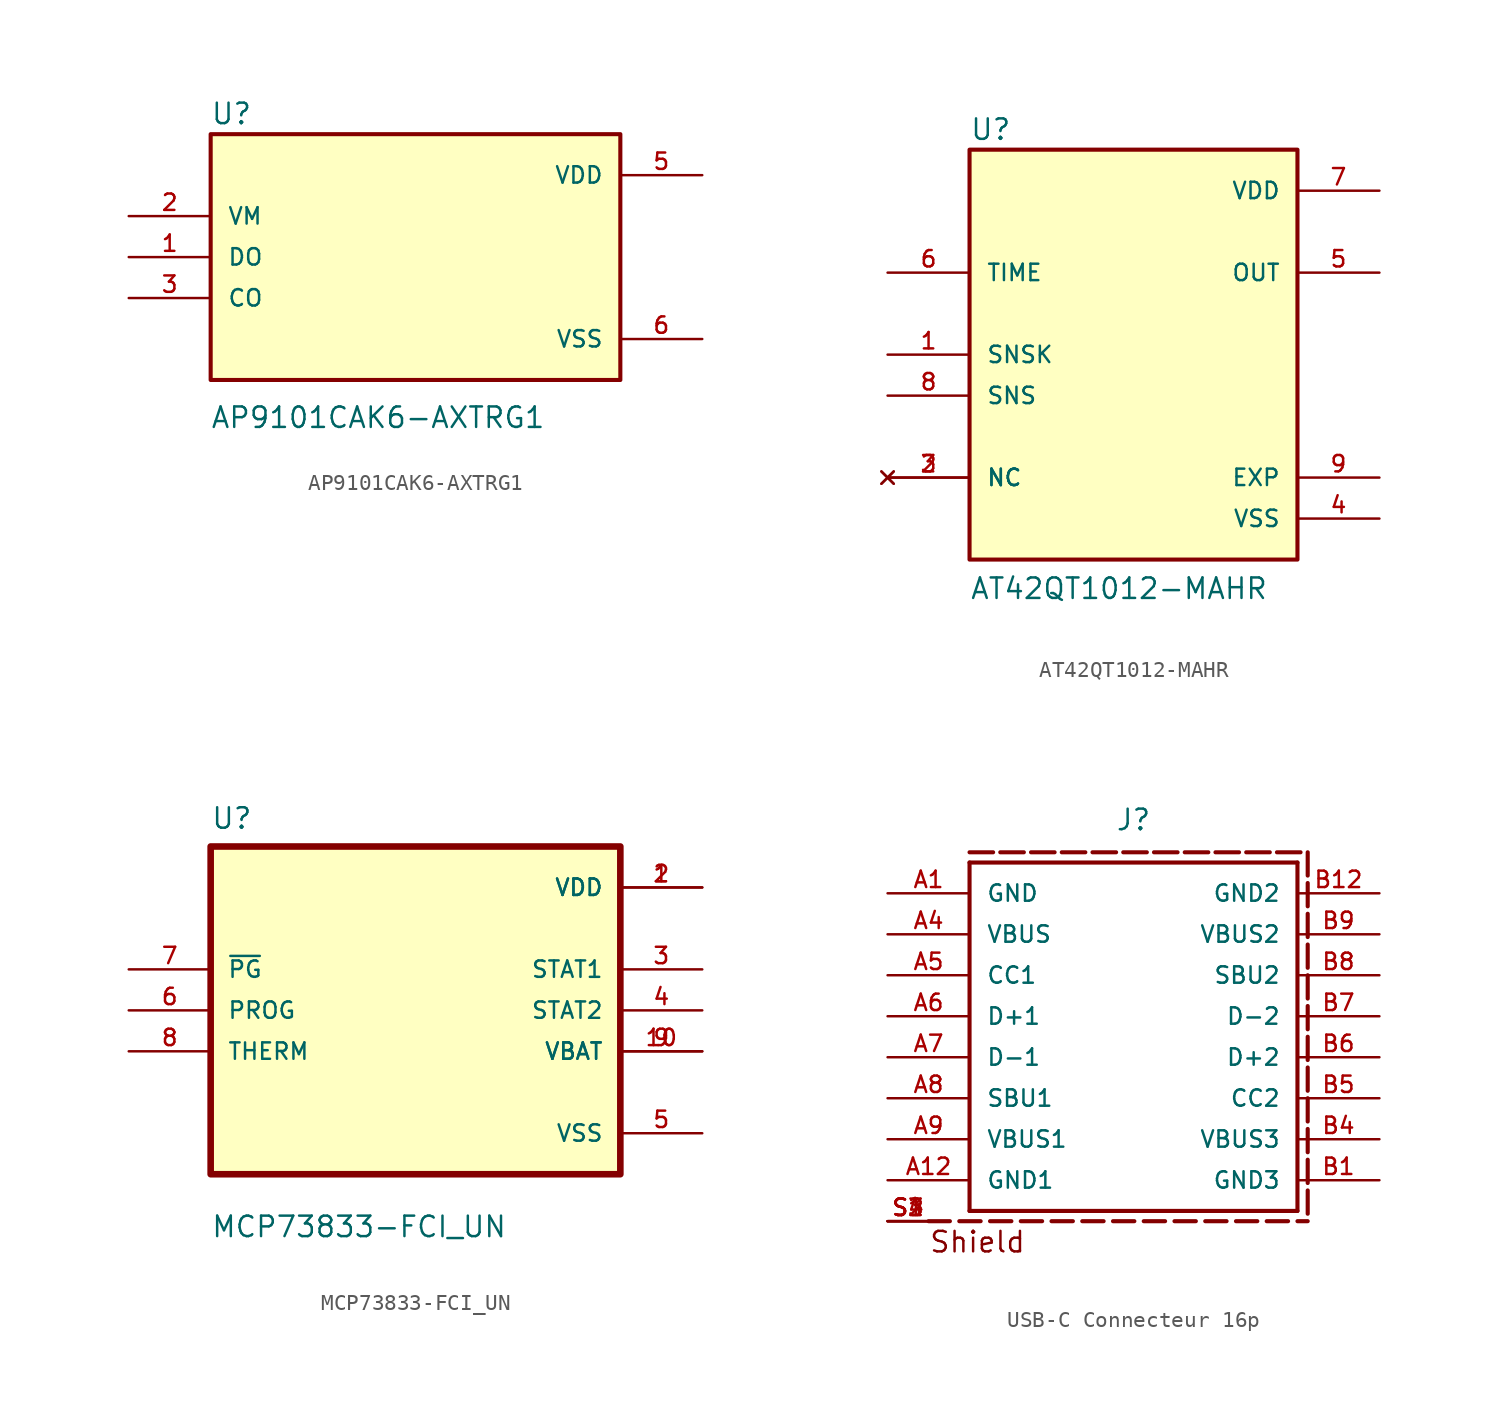
<source format=kicad_sym>
(kicad_symbol_lib
  (version 20231120)
  (generator "kicad_symbol_editor")
  (generator_version "8.0")
  (symbol "AP9101CAK6-AXTRG1"
    (pin_names
      (offset 1.016))
    (property "Reference" "U"
      (at -12.721 8.141 0)
      (effects (font (size 1.27 1.27)) (justify left bottom)))
    (property "Value" "AP9101CAK6-AXTRG1"
      (at -12.731 -10.694 0)
      (effects (font (size 1.27 1.27)) (justify left bottom)))
    (symbol "AP9101CAK6-AXTRG1_0_0"
      (rectangle (start -12.7 -7.62) (end 12.7 7.62) (stroke (width 0.254) (type default)) (fill (type background)))
      (pin bidirectional line (at -17.78 0 0) (length 5.08) (name "DO" (effects (font (size 1.016 1.016)))) (number "1" (effects (font (size 1.016 1.016)))))
      (pin input line (at -17.78 2.54 0) (length 5.08) (name "VM" (effects (font (size 1.016 1.016)))) (number "2" (effects (font (size 1.016 1.016)))))
      (pin bidirectional line (at -17.78 -2.54 0) (length 5.08) (name "CO" (effects (font (size 1.016 1.016)))) (number "3" (effects (font (size 1.016 1.016)))))
      (pin power_in line (at 17.78 5.08 180) (length 5.08) (name "VDD" (effects (font (size 1.016 1.016)))) (number "5" (effects (font (size 1.016 1.016)))))
      (pin power_in line (at 17.78 -5.08 180) (length 5.08) (name "VSS" (effects (font (size 1.016 1.016)))) (number "6" (effects (font (size 1.016 1.016)))))))
  (symbol "AT42QT1012-MAHR"
    (pin_names
      (offset 1.016))
    (property "Reference" "U"
      (at -10.16 13.208 0)
      (effects (font (size 1.27 1.27)) (justify left bottom)))
    (property "Value" "AT42QT1012-MAHR"
      (at -10.16 -15.24 0)
      (effects (font (size 1.27 1.27)) (justify left bottom)))
    (symbol "AT42QT1012-MAHR_0_0"
      (rectangle (start -10.16 -12.7) (end 10.16 12.7) (stroke (width 0.254) (type default)) (fill (type background)))
      (pin bidirectional line (at -15.24 0 0) (length 5.08) (name "SNSK" (effects (font (size 1.016 1.016)))) (number "1" (effects (font (size 1.016 1.016)))))
      (pin no_connect line (at -15.24 -7.62 0) (length 5.08) (name "NC" (effects (font (size 1.016 1.016)))) (number "2" (effects (font (size 1.016 1.016)))))
      (pin no_connect line (at -15.24 -7.62 0) (length 5.08) (name "NC" (effects (font (size 1.016 1.016)))) (number "3" (effects (font (size 1.016 1.016)))))
      (pin power_in line (at 15.24 -10.16 180) (length 5.08) (name "VSS" (effects (font (size 1.016 1.016)))) (number "4" (effects (font (size 1.016 1.016)))))
      (pin output line (at 15.24 5.08 180) (length 5.08) (name "OUT" (effects (font (size 1.016 1.016)))) (number "5" (effects (font (size 1.016 1.016)))))
      (pin input line (at -15.24 5.08 0) (length 5.08) (name "TIME" (effects (font (size 1.016 1.016)))) (number "6" (effects (font (size 1.016 1.016)))))
      (pin power_in line (at 15.24 10.16 180) (length 5.08) (name "VDD" (effects (font (size 1.016 1.016)))) (number "7" (effects (font (size 1.016 1.016)))))
      (pin bidirectional line (at -15.24 -2.54 0) (length 5.08) (name "SNS" (effects (font (size 1.016 1.016)))) (number "8" (effects (font (size 1.016 1.016)))))
      (pin passive line (at 15.24 -7.62 180) (length 5.08) (name "EXP" (effects (font (size 1.016 1.016)))) (number "9" (effects (font (size 1.016 1.016)))))))
  (symbol "MCP73833-FCI_UN"
    (pin_names
      (offset 1.016))
    (property "Reference" "U"
      (at -12.7 11.16 0)
      (effects (font (size 1.27 1.27)) (justify left bottom)))
    (property "Value" "MCP73833-FCI_UN"
      (at -12.7 -14.16 0)
      (effects (font (size 1.27 1.27)) (justify left bottom)))
    (symbol "MCP73833-FCI_UN_0_0"
      (rectangle (start -12.7 -10.16) (end 12.7 10.16) (stroke (width 0.41) (type default)) (fill (type background)))
      (pin power_in line (at 17.78 7.62 180) (length 5.08) (name "VDD" (effects (font (size 1.016 1.016)))) (number "1" (effects (font (size 1.016 1.016)))))
      (pin output line (at 17.78 -2.54 180) (length 5.08) (name "VBAT" (effects (font (size 1.016 1.016)))) (number "10" (effects (font (size 1.016 1.016)))))
      (pin power_in line (at 17.78 7.62 180) (length 5.08) (name "VDD" (effects (font (size 1.016 1.016)))) (number "2" (effects (font (size 1.016 1.016)))))
      (pin output line (at 17.78 2.54 180) (length 5.08) (name "STAT1" (effects (font (size 1.016 1.016)))) (number "3" (effects (font (size 1.016 1.016)))))
      (pin output line (at 17.78 0 180) (length 5.08) (name "STAT2" (effects (font (size 1.016 1.016)))) (number "4" (effects (font (size 1.016 1.016)))))
      (pin power_in line (at 17.78 -7.62 180) (length 5.08) (name "VSS" (effects (font (size 1.016 1.016)))) (number "5" (effects (font (size 1.016 1.016)))))
      (pin input line (at -17.78 0 0) (length 5.08) (name "PROG" (effects (font (size 1.016 1.016)))) (number "6" (effects (font (size 1.016 1.016)))))
      (pin input line (at -17.78 2.54 0) (length 5.08) (name "~{PG}" (effects (font (size 1.016 1.016)))) (number "7" (effects (font (size 1.016 1.016)))))
      (pin input line (at -17.78 -2.54 0) (length 5.08) (name "THERM" (effects (font (size 1.016 1.016)))) (number "8" (effects (font (size 1.016 1.016)))))
      (pin output line (at 17.78 -2.54 180) (length 5.08) (name "VBAT" (effects (font (size 1.016 1.016)))) (number "9" (effects (font (size 1.016 1.016)))))))
  (symbol "USB-C Connecteur 16p"
    (pin_names
      (offset 1.016))
    (property "Reference" "J"
      (at 0 11.43 0)
      (effects (font (size 1.27 1.27)) (justify bottom)))
    (symbol "USB-C Connecteur 16p_0_0"
      (polyline (pts (xy -12.7 -12.7) (xy -11.377 -12.7)) (stroke (width 0.254) (type default)) (fill (type none)))
      (polyline (pts (xy -10.795 -12.7) (xy -9.472 -12.7)) (stroke (width 0.254) (type default)) (fill (type none)))
      (polyline (pts (xy -10.16 -12.065) (xy -10.16 9.525)) (stroke (width 0.254) (type default)) (fill (type none)))
      (polyline (pts (xy -10.16 9.525) (xy 10.16 9.525)) (stroke (width 0.254) (type default)) (fill (type none)))
      (polyline (pts (xy -10.16 10.16) (xy -8.7 10.16)) (stroke (width 0.254) (type default)) (fill (type none)))
      (polyline (pts (xy -8.89 -12.7) (xy -7.567 -12.7)) (stroke (width 0.254) (type default)) (fill (type none)))
      (polyline (pts (xy -8.255 10.16) (xy -6.795 10.16)) (stroke (width 0.254) (type default)) (fill (type none)))
      (polyline (pts (xy -6.985 -12.7) (xy -5.662 -12.7)) (stroke (width 0.254) (type default)) (fill (type none)))
      (polyline (pts (xy -6.35 10.16) (xy -4.889 10.16)) (stroke (width 0.254) (type default)) (fill (type none)))
      (polyline (pts (xy -5.08 -12.7) (xy -3.757 -12.7)) (stroke (width 0.254) (type default)) (fill (type none)))
      (polyline (pts (xy -4.445 10.16) (xy -2.985 10.16)) (stroke (width 0.254) (type default)) (fill (type none)))
      (polyline (pts (xy -3.175 -12.7) (xy -1.852 -12.7)) (stroke (width 0.254) (type default)) (fill (type none)))
      (polyline (pts (xy -2.54 10.16) (xy -1.079 10.16)) (stroke (width 0.254) (type default)) (fill (type none)))
      (polyline (pts (xy -1.27 -12.7) (xy 0.053 -12.7)) (stroke (width 0.254) (type default)) (fill (type none)))
      (polyline (pts (xy -0.635 10.16) (xy 0.826 10.16)) (stroke (width 0.254) (type default)) (fill (type none)))
      (polyline (pts (xy 0.635 -12.7) (xy 1.958 -12.7)) (stroke (width 0.254) (type default)) (fill (type none)))
      (polyline (pts (xy 1.27 10.16) (xy 2.731 10.16)) (stroke (width 0.254) (type default)) (fill (type none)))
      (polyline (pts (xy 2.54 -12.7) (xy 3.863 -12.7)) (stroke (width 0.254) (type default)) (fill (type none)))
      (polyline (pts (xy 3.175 10.16) (xy 4.636 10.16)) (stroke (width 0.254) (type default)) (fill (type none)))
      (polyline (pts (xy 4.445 -12.7) (xy 5.768 -12.7)) (stroke (width 0.254) (type default)) (fill (type none)))
      (polyline (pts (xy 5.08 10.16) (xy 6.54 10.16)) (stroke (width 0.254) (type default)) (fill (type none)))
      (polyline (pts (xy 6.35 -12.7) (xy 7.673 -12.7)) (stroke (width 0.254) (type default)) (fill (type none)))
      (polyline (pts (xy 6.985 10.16) (xy 8.445 10.16)) (stroke (width 0.254) (type default)) (fill (type none)))
      (polyline (pts (xy 8.255 -12.7) (xy 9.578 -12.7)) (stroke (width 0.254) (type default)) (fill (type none)))
      (polyline (pts (xy 8.89 10.16) (xy 10.351 10.16)) (stroke (width 0.254) (type default)) (fill (type none)))
      (polyline (pts (xy 10.16 -12.7) (xy 10.795 -12.7)) (stroke (width 0.254) (type default)) (fill (type none)))
      (polyline (pts (xy 10.16 -12.065) (xy -10.16 -12.065)) (stroke (width 0.254) (type default)) (fill (type none)))
      (polyline (pts (xy 10.16 9.525) (xy 10.16 -12.065)) (stroke (width 0.254) (type default)) (fill (type none)))
      (polyline (pts (xy 10.795 -10.795) (xy 10.795 -12.238)) (stroke (width 0.254) (type default)) (fill (type none)))
      (polyline (pts (xy 10.795 -8.89) (xy 10.795 -10.333)) (stroke (width 0.254) (type default)) (fill (type none)))
      (polyline (pts (xy 10.795 -6.985) (xy 10.795 -8.428)) (stroke (width 0.254) (type default)) (fill (type none)))
      (polyline (pts (xy 10.795 -5.08) (xy 10.795 -6.523)) (stroke (width 0.254) (type default)) (fill (type none)))
      (polyline (pts (xy 10.795 -3.175) (xy 10.795 -4.618)) (stroke (width 0.254) (type default)) (fill (type none)))
      (polyline (pts (xy 10.795 -1.27) (xy 10.795 -2.713)) (stroke (width 0.254) (type default)) (fill (type none)))
      (polyline (pts (xy 10.795 0.635) (xy 10.795 -0.808)) (stroke (width 0.254) (type default)) (fill (type none)))
      (polyline (pts (xy 10.795 2.54) (xy 10.795 1.097)) (stroke (width 0.254) (type default)) (fill (type none)))
      (polyline (pts (xy 10.795 4.445) (xy 10.795 3.002)) (stroke (width 0.254) (type default)) (fill (type none)))
      (polyline (pts (xy 10.795 6.35) (xy 10.795 4.907)) (stroke (width 0.254) (type default)) (fill (type none)))
      (polyline (pts (xy 10.795 8.255) (xy 10.795 6.812)) (stroke (width 0.254) (type default)) (fill (type none)))
      (polyline (pts (xy 10.795 10.16) (xy 10.795 8.717)) (stroke (width 0.254) (type default)) (fill (type none)))
      (text "Shield" (at -12.7 -14.732 0) (effects (font (size 1.27 1.27)) (justify left bottom)))
      (pin passive line (at -15.24 7.62 0) (length 5.08) (name "GND" (effects (font (size 1.016 1.016)))) (number "A1" (effects (font (size 1.016 1.016)))))
      (pin passive line (at -15.24 -10.16 0) (length 5.08) (name "GND1" (effects (font (size 1.016 1.016)))) (number "A12" (effects (font (size 1.016 1.016)))))
      (pin passive line (at -15.24 5.08 0) (length 5.08) (name "VBUS" (effects (font (size 1.016 1.016)))) (number "A4" (effects (font (size 1.016 1.016)))))
      (pin passive line (at -15.24 2.54 0) (length 5.08) (name "CC1" (effects (font (size 1.016 1.016)))) (number "A5" (effects (font (size 1.016 1.016)))))
      (pin passive line (at -15.24 0 0) (length 5.08) (name "D+1" (effects (font (size 1.016 1.016)))) (number "A6" (effects (font (size 1.016 1.016)))))
      (pin passive line (at -15.24 -2.54 0) (length 5.08) (name "D-1" (effects (font (size 1.016 1.016)))) (number "A7" (effects (font (size 1.016 1.016)))))
      (pin passive line (at -15.24 -5.08 0) (length 5.08) (name "SBU1" (effects (font (size 1.016 1.016)))) (number "A8" (effects (font (size 1.016 1.016)))))
      (pin passive line (at -15.24 -7.62 0) (length 5.08) (name "VBUS1" (effects (font (size 1.016 1.016)))) (number "A9" (effects (font (size 1.016 1.016)))))
      (pin passive line (at 15.24 -10.16 180) (length 5.08) (name "GND3" (effects (font (size 1.016 1.016)))) (number "B1" (effects (font (size 1.016 1.016)))))
      (pin passive line (at 15.24 7.62 180) (length 5.08) (name "GND2" (effects (font (size 1.016 1.016)))) (number "B12" (effects (font (size 1.016 1.016)))))
      (pin passive line (at 15.24 -7.62 180) (length 5.08) (name "VBUS3" (effects (font (size 1.016 1.016)))) (number "B4" (effects (font (size 1.016 1.016)))))
      (pin passive line (at 15.24 -5.08 180) (length 5.08) (name "CC2" (effects (font (size 1.016 1.016)))) (number "B5" (effects (font (size 1.016 1.016)))))
      (pin passive line (at 15.24 -2.54 180) (length 5.08) (name "D+2" (effects (font (size 1.016 1.016)))) (number "B6" (effects (font (size 1.016 1.016)))))
      (pin passive line (at 15.24 0 180) (length 5.08) (name "D-2" (effects (font (size 1.016 1.016)))) (number "B7" (effects (font (size 1.016 1.016)))))
      (pin passive line (at 15.24 2.54 180) (length 5.08) (name "SBU2" (effects (font (size 1.016 1.016)))) (number "B8" (effects (font (size 1.016 1.016)))))
      (pin passive line (at 15.24 5.08 180) (length 5.08) (name "VBUS2" (effects (font (size 1.016 1.016)))) (number "B9" (effects (font (size 1.016 1.016)))))
      (pin passive line (at -15.24 -12.7 0) (length 2.54) (name "~" (effects (font (size 1.016 1.016)))) (number "S1" (effects (font (size 1.016 1.016)))))
      (pin passive line (at -15.24 -12.7 0) (length 2.54) (name "~" (effects (font (size 1.016 1.016)))) (number "S2" (effects (font (size 1.016 1.016)))))
      (pin passive line (at -15.24 -12.7 0) (length 2.54) (name "~" (effects (font (size 1.016 1.016)))) (number "S3" (effects (font (size 1.016 1.016)))))
      (pin passive line (at -15.24 -12.7 0) (length 2.54) (name "~" (effects (font (size 1.016 1.016)))) (number "S4" (effects (font (size 1.016 1.016))))))))
</source>
